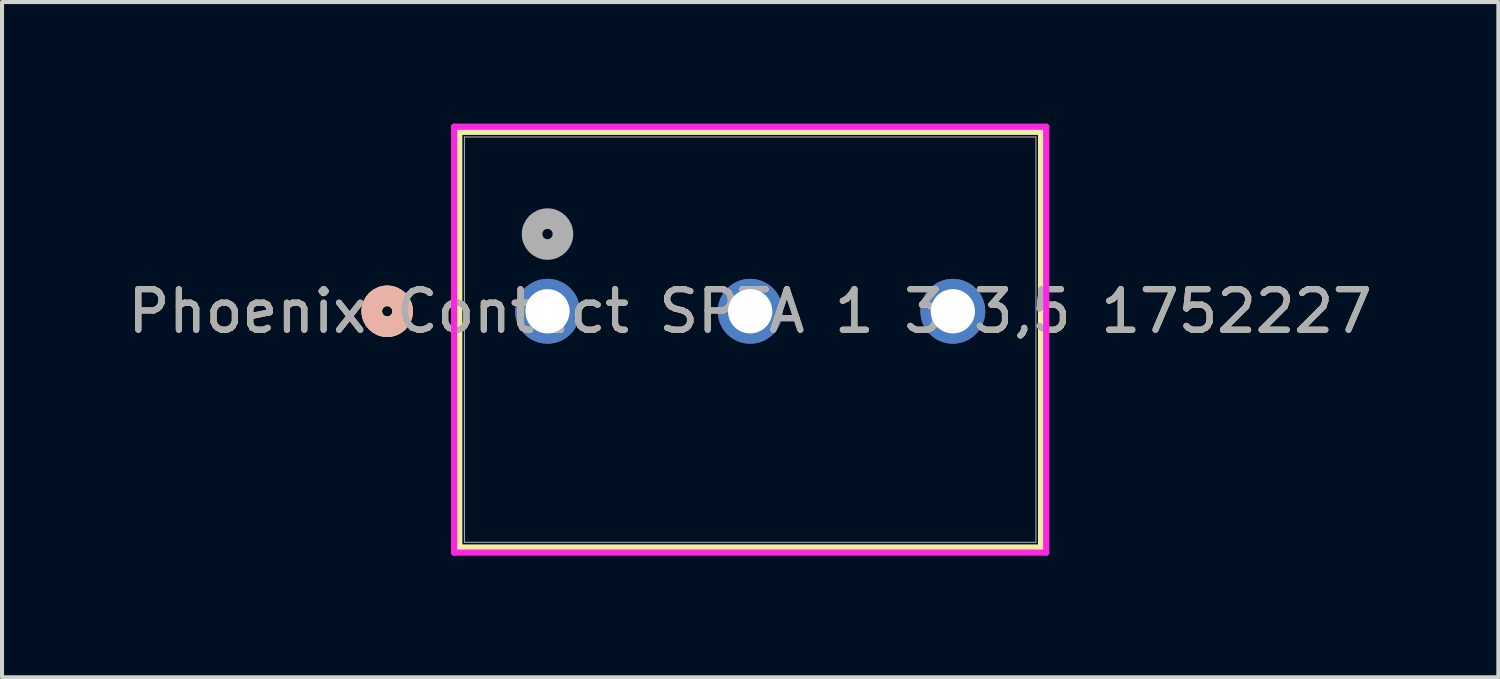
<source format=kicad_pcb>
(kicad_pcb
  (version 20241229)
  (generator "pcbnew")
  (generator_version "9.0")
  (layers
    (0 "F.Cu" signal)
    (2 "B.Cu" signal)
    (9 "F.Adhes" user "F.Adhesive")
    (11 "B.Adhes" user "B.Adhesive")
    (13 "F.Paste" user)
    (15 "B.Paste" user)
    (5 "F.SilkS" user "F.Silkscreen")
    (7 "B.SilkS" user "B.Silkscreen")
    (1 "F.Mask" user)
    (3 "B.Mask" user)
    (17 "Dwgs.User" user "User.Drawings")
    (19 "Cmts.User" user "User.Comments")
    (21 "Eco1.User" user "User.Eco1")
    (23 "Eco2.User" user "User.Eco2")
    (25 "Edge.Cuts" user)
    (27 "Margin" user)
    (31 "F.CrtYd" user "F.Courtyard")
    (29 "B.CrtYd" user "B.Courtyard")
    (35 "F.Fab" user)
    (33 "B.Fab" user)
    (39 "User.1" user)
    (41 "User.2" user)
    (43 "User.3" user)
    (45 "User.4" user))
  (footprint "Phoenix Contact SPTA 1 3 3,5 1752227"
    (layer "F.Cu")
    (at 10.458 4.63)
    (property "Reference" "Phoenix Contact SPTA 1 3 3,5 1752227" (at 5 0 0) (unlocked yes) (layer "F.SilkS") (effects (font (size 1 1) (thickness 0.15))))
    (attr through_hole)
    (fp_line (start -2.177 -4.427) (end -2.177 5.827) (stroke (width 0.152) (type solid)) (layer "F.SilkS"))
    (fp_line (start -2.177 5.827) (end 12.177 5.827) (stroke (width 0.152) (type solid)) (layer "F.SilkS"))
    (fp_line (start 12.177 -4.427) (end -2.177 -4.427) (stroke (width 0.152) (type solid)) (layer "F.SilkS"))
    (fp_line (start 12.177 5.827) (end 12.177 -4.427) (stroke (width 0.152) (type solid)) (layer "F.SilkS"))
    (fp_circle (center -3.955 0) (end -3.574 0) (stroke (width 0.508) (type solid)) (fill no) (layer "F.SilkS"))
    (fp_circle (center -3.955 0) (end -3.574 0) (stroke (width 0.508) (type solid)) (fill no) (layer "B.SilkS"))
    (fp_line (start -2.304 -4.554) (end -2.304 5.954) (stroke (width 0.152) (type solid)) (layer "F.CrtYd"))
    (fp_line (start -2.304 5.954) (end 12.304 5.954) (stroke (width 0.152) (type solid)) (layer "F.CrtYd"))
    (fp_line (start 12.304 -4.554) (end -2.304 -4.554) (stroke (width 0.152) (type solid)) (layer "F.CrtYd"))
    (fp_line (start 12.304 5.954) (end 12.304 -4.554) (stroke (width 0.152) (type solid)) (layer "F.CrtYd"))
    (fp_line (start -2.05 -4.3) (end -2.05 5.7) (stroke (width 0.025) (type solid)) (layer "F.Fab"))
    (fp_line (start -2.05 5.7) (end 12.05 5.7) (stroke (width 0.025) (type solid)) (layer "F.Fab"))
    (fp_line (start 12.05 -4.3) (end -2.05 -4.3) (stroke (width 0.025) (type solid)) (layer "F.Fab"))
    (fp_line (start 12.05 5.7) (end 12.05 -4.3) (stroke (width 0.025) (type solid)) (layer "F.Fab"))
    (fp_circle (center 0 -1.905) (end 0.381 -1.905) (stroke (width 0.508) (type solid)) (fill no) (layer "F.Fab"))
    (fp_text user "${REFERENCE}" (at 5 0 0) (unlocked yes) (layer "F.Fab") (effects (font (size 1 1) (thickness 0.15))))
    (pad "1" thru_hole circle (at 0 0) (size 1.6 1.6) (drill 1.092) (layers "*.Cu" "*.Mask"))
    (pad "2" thru_hole circle (at 5 0) (size 1.6 1.6) (drill 1.092) (layers "*.Cu" "*.Mask"))
    (pad "3" thru_hole circle (at 10 0) (size 1.6 1.6) (drill 1.092) (layers "*.Cu" "*.Mask")))
  (gr_rect
    (start -3 -3)
    (end 33.917 13.66)
    (stroke (width 0.1) (type default))
    (fill no)
    (layer "Edge.Cuts")))
</source>
